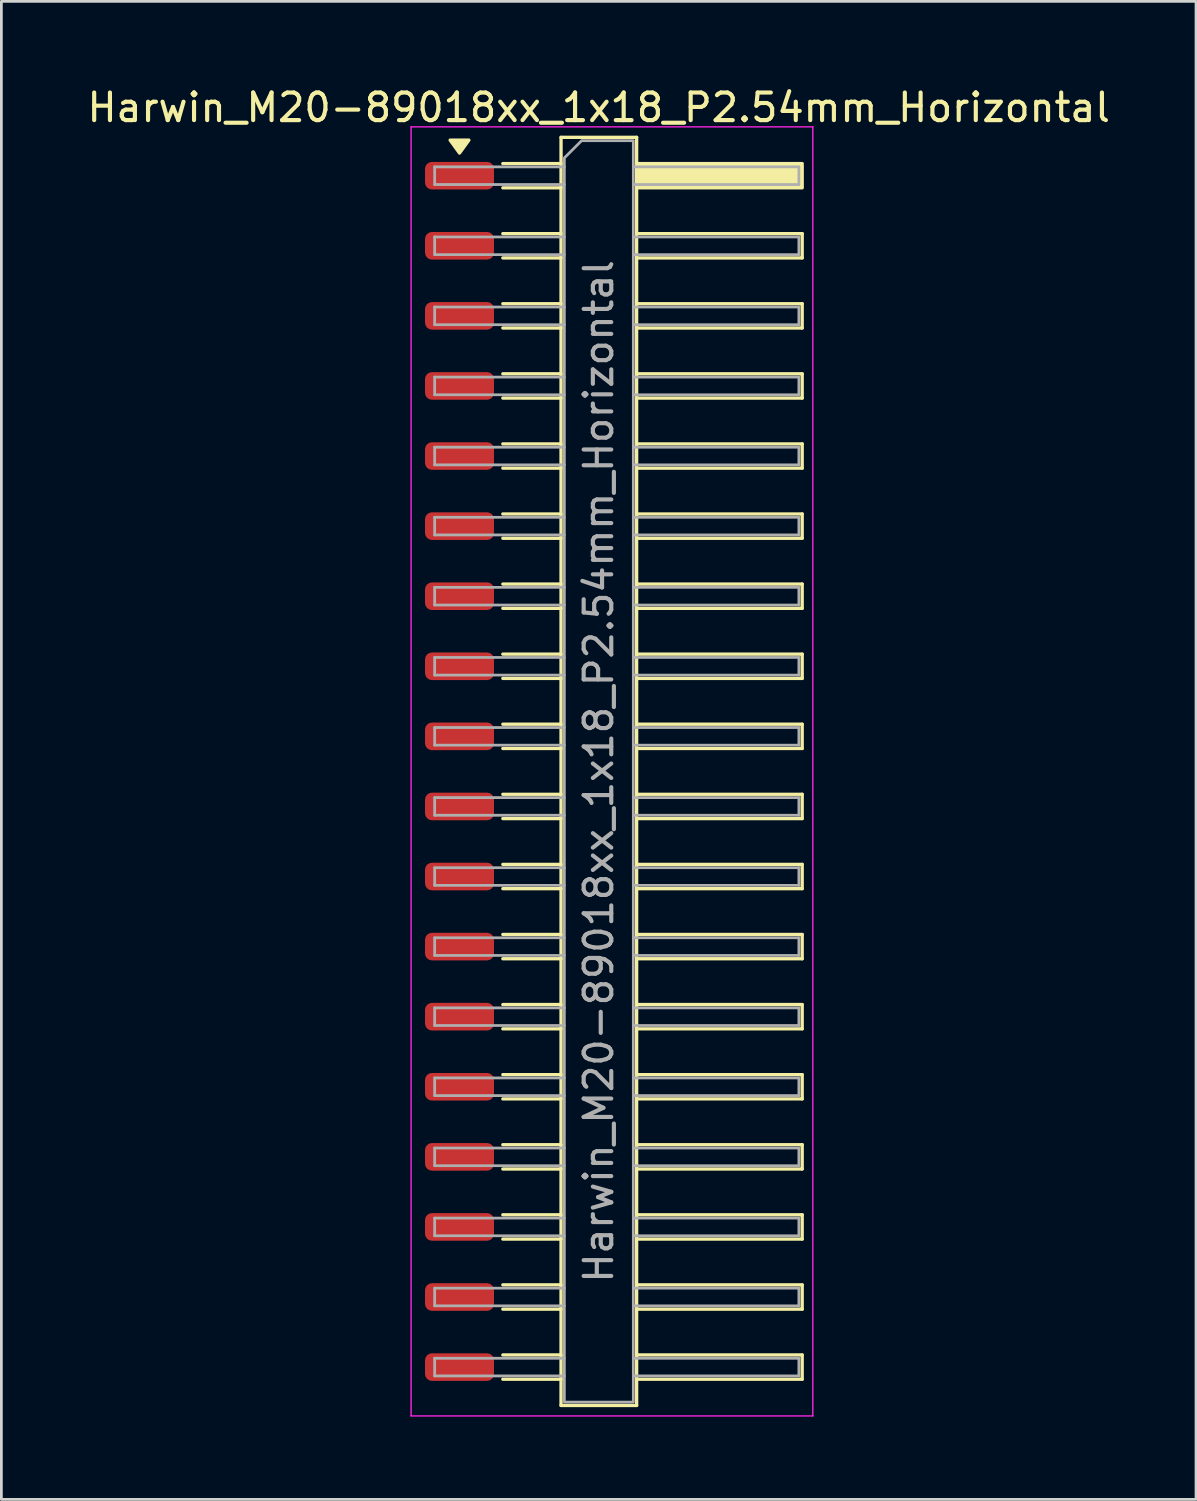
<source format=kicad_pcb>
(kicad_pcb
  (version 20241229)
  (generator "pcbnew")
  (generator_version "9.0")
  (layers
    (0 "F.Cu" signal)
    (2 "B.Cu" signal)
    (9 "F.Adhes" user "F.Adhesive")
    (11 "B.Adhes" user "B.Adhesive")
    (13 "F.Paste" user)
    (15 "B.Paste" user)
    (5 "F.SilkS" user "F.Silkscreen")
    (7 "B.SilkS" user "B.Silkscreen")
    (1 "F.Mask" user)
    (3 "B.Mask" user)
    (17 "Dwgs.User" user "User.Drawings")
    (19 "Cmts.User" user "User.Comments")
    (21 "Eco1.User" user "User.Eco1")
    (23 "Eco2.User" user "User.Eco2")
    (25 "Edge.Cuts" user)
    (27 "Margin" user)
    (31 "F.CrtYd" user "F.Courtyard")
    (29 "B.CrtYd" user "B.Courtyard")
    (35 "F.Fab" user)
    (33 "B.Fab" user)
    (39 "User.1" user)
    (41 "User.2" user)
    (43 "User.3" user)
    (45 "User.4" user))
  (footprint "Harwin_M20-89018xx_1x18_P2.54mm_Horizontal"
    (layer "F.Cu")
    (at 19.129 24.908)
    (property "Reference" "Harwin_M20-89018xx_1x18_P2.54mm_Horizontal" (at -0.48 -24.06 0) (layer "F.SilkS") (effects (font (size 1 1) (thickness 0.15))))
    (attr smd)
    (fp_line (start -3.955 -22.03) (end -1.845 -22.03) (stroke (width 0.12) (type solid)) (layer "F.SilkS"))
    (fp_line (start -3.955 -21.15) (end -1.845 -21.15) (stroke (width 0.12) (type solid)) (layer "F.SilkS"))
    (fp_line (start -3.955 -19.49) (end -1.845 -19.49) (stroke (width 0.12) (type solid)) (layer "F.SilkS"))
    (fp_line (start -3.955 -18.61) (end -1.845 -18.61) (stroke (width 0.12) (type solid)) (layer "F.SilkS"))
    (fp_line (start -3.955 -16.95) (end -1.845 -16.95) (stroke (width 0.12) (type solid)) (layer "F.SilkS"))
    (fp_line (start -3.955 -16.07) (end -1.845 -16.07) (stroke (width 0.12) (type solid)) (layer "F.SilkS"))
    (fp_line (start -3.955 -14.41) (end -1.845 -14.41) (stroke (width 0.12) (type solid)) (layer "F.SilkS"))
    (fp_line (start -3.955 -13.53) (end -1.845 -13.53) (stroke (width 0.12) (type solid)) (layer "F.SilkS"))
    (fp_line (start -3.955 -11.87) (end -1.845 -11.87) (stroke (width 0.12) (type solid)) (layer "F.SilkS"))
    (fp_line (start -3.955 -10.99) (end -1.845 -10.99) (stroke (width 0.12) (type solid)) (layer "F.SilkS"))
    (fp_line (start -3.955 -9.33) (end -1.845 -9.33) (stroke (width 0.12) (type solid)) (layer "F.SilkS"))
    (fp_line (start -3.955 -8.45) (end -1.845 -8.45) (stroke (width 0.12) (type solid)) (layer "F.SilkS"))
    (fp_line (start -3.955 -6.79) (end -1.845 -6.79) (stroke (width 0.12) (type solid)) (layer "F.SilkS"))
    (fp_line (start -3.955 -5.91) (end -1.845 -5.91) (stroke (width 0.12) (type solid)) (layer "F.SilkS"))
    (fp_line (start -3.955 -4.25) (end -1.845 -4.25) (stroke (width 0.12) (type solid)) (layer "F.SilkS"))
    (fp_line (start -3.955 -3.37) (end -1.845 -3.37) (stroke (width 0.12) (type solid)) (layer "F.SilkS"))
    (fp_line (start -3.955 -1.71) (end -1.845 -1.71) (stroke (width 0.12) (type solid)) (layer "F.SilkS"))
    (fp_line (start -3.955 -0.83) (end -1.845 -0.83) (stroke (width 0.12) (type solid)) (layer "F.SilkS"))
    (fp_line (start -3.955 0.83) (end -1.845 0.83) (stroke (width 0.12) (type solid)) (layer "F.SilkS"))
    (fp_line (start -3.955 1.71) (end -1.845 1.71) (stroke (width 0.12) (type solid)) (layer "F.SilkS"))
    (fp_line (start -3.955 3.37) (end -1.845 3.37) (stroke (width 0.12) (type solid)) (layer "F.SilkS"))
    (fp_line (start -3.955 4.25) (end -1.845 4.25) (stroke (width 0.12) (type solid)) (layer "F.SilkS"))
    (fp_line (start -3.955 5.91) (end -1.845 5.91) (stroke (width 0.12) (type solid)) (layer "F.SilkS"))
    (fp_line (start -3.955 6.79) (end -1.845 6.79) (stroke (width 0.12) (type solid)) (layer "F.SilkS"))
    (fp_line (start -3.955 8.45) (end -1.845 8.45) (stroke (width 0.12) (type solid)) (layer "F.SilkS"))
    (fp_line (start -3.955 9.33) (end -1.845 9.33) (stroke (width 0.12) (type solid)) (layer "F.SilkS"))
    (fp_line (start -3.955 10.99) (end -1.845 10.99) (stroke (width 0.12) (type solid)) (layer "F.SilkS"))
    (fp_line (start -3.955 11.87) (end -1.845 11.87) (stroke (width 0.12) (type solid)) (layer "F.SilkS"))
    (fp_line (start -3.955 13.53) (end -1.845 13.53) (stroke (width 0.12) (type solid)) (layer "F.SilkS"))
    (fp_line (start -3.955 14.41) (end -1.845 14.41) (stroke (width 0.12) (type solid)) (layer "F.SilkS"))
    (fp_line (start -3.955 16.07) (end -1.845 16.07) (stroke (width 0.12) (type solid)) (layer "F.SilkS"))
    (fp_line (start -3.955 16.95) (end -1.845 16.95) (stroke (width 0.12) (type solid)) (layer "F.SilkS"))
    (fp_line (start -3.955 18.61) (end -1.845 18.61) (stroke (width 0.12) (type solid)) (layer "F.SilkS"))
    (fp_line (start -3.955 19.49) (end -1.845 19.49) (stroke (width 0.12) (type solid)) (layer "F.SilkS"))
    (fp_line (start -3.955 21.15) (end -1.845 21.15) (stroke (width 0.12) (type solid)) (layer "F.SilkS"))
    (fp_line (start -3.955 22.03) (end -1.845 22.03) (stroke (width 0.12) (type solid)) (layer "F.SilkS"))
    (fp_line (start -1.845 -22.98) (end 0.895 -22.98) (stroke (width 0.12) (type solid)) (layer "F.SilkS"))
    (fp_line (start -1.845 22.98) (end -1.845 -22.98) (stroke (width 0.12) (type solid)) (layer "F.SilkS"))
    (fp_line (start 0.895 -22.98) (end 0.895 22.98) (stroke (width 0.12) (type solid)) (layer "F.SilkS"))
    (fp_line (start 0.895 -19.49) (end 6.895 -19.49) (stroke (width 0.12) (type solid)) (layer "F.SilkS"))
    (fp_line (start 0.895 -16.95) (end 6.895 -16.95) (stroke (width 0.12) (type solid)) (layer "F.SilkS"))
    (fp_line (start 0.895 -14.41) (end 6.895 -14.41) (stroke (width 0.12) (type solid)) (layer "F.SilkS"))
    (fp_line (start 0.895 -11.87) (end 6.895 -11.87) (stroke (width 0.12) (type solid)) (layer "F.SilkS"))
    (fp_line (start 0.895 -9.33) (end 6.895 -9.33) (stroke (width 0.12) (type solid)) (layer "F.SilkS"))
    (fp_line (start 0.895 -6.79) (end 6.895 -6.79) (stroke (width 0.12) (type solid)) (layer "F.SilkS"))
    (fp_line (start 0.895 -4.25) (end 6.895 -4.25) (stroke (width 0.12) (type solid)) (layer "F.SilkS"))
    (fp_line (start 0.895 -1.71) (end 6.895 -1.71) (stroke (width 0.12) (type solid)) (layer "F.SilkS"))
    (fp_line (start 0.895 0.83) (end 6.895 0.83) (stroke (width 0.12) (type solid)) (layer "F.SilkS"))
    (fp_line (start 0.895 3.37) (end 6.895 3.37) (stroke (width 0.12) (type solid)) (layer "F.SilkS"))
    (fp_line (start 0.895 5.91) (end 6.895 5.91) (stroke (width 0.12) (type solid)) (layer "F.SilkS"))
    (fp_line (start 0.895 8.45) (end 6.895 8.45) (stroke (width 0.12) (type solid)) (layer "F.SilkS"))
    (fp_line (start 0.895 10.99) (end 6.895 10.99) (stroke (width 0.12) (type solid)) (layer "F.SilkS"))
    (fp_line (start 0.895 13.53) (end 6.895 13.53) (stroke (width 0.12) (type solid)) (layer "F.SilkS"))
    (fp_line (start 0.895 16.07) (end 6.895 16.07) (stroke (width 0.12) (type solid)) (layer "F.SilkS"))
    (fp_line (start 0.895 18.61) (end 6.895 18.61) (stroke (width 0.12) (type solid)) (layer "F.SilkS"))
    (fp_line (start 0.895 21.15) (end 6.895 21.15) (stroke (width 0.12) (type solid)) (layer "F.SilkS"))
    (fp_line (start 0.895 22.98) (end -1.845 22.98) (stroke (width 0.12) (type solid)) (layer "F.SilkS"))
    (fp_line (start 6.895 -19.49) (end 6.895 -18.61) (stroke (width 0.12) (type solid)) (layer "F.SilkS"))
    (fp_line (start 6.895 -18.61) (end 0.895 -18.61) (stroke (width 0.12) (type solid)) (layer "F.SilkS"))
    (fp_line (start 6.895 -16.95) (end 6.895 -16.07) (stroke (width 0.12) (type solid)) (layer "F.SilkS"))
    (fp_line (start 6.895 -16.07) (end 0.895 -16.07) (stroke (width 0.12) (type solid)) (layer "F.SilkS"))
    (fp_line (start 6.895 -14.41) (end 6.895 -13.53) (stroke (width 0.12) (type solid)) (layer "F.SilkS"))
    (fp_line (start 6.895 -13.53) (end 0.895 -13.53) (stroke (width 0.12) (type solid)) (layer "F.SilkS"))
    (fp_line (start 6.895 -11.87) (end 6.895 -10.99) (stroke (width 0.12) (type solid)) (layer "F.SilkS"))
    (fp_line (start 6.895 -10.99) (end 0.895 -10.99) (stroke (width 0.12) (type solid)) (layer "F.SilkS"))
    (fp_line (start 6.895 -9.33) (end 6.895 -8.45) (stroke (width 0.12) (type solid)) (layer "F.SilkS"))
    (fp_line (start 6.895 -8.45) (end 0.895 -8.45) (stroke (width 0.12) (type solid)) (layer "F.SilkS"))
    (fp_line (start 6.895 -6.79) (end 6.895 -5.91) (stroke (width 0.12) (type solid)) (layer "F.SilkS"))
    (fp_line (start 6.895 -5.91) (end 0.895 -5.91) (stroke (width 0.12) (type solid)) (layer "F.SilkS"))
    (fp_line (start 6.895 -4.25) (end 6.895 -3.37) (stroke (width 0.12) (type solid)) (layer "F.SilkS"))
    (fp_line (start 6.895 -3.37) (end 0.895 -3.37) (stroke (width 0.12) (type solid)) (layer "F.SilkS"))
    (fp_line (start 6.895 -1.71) (end 6.895 -0.83) (stroke (width 0.12) (type solid)) (layer "F.SilkS"))
    (fp_line (start 6.895 -0.83) (end 0.895 -0.83) (stroke (width 0.12) (type solid)) (layer "F.SilkS"))
    (fp_line (start 6.895 0.83) (end 6.895 1.71) (stroke (width 0.12) (type solid)) (layer "F.SilkS"))
    (fp_line (start 6.895 1.71) (end 0.895 1.71) (stroke (width 0.12) (type solid)) (layer "F.SilkS"))
    (fp_line (start 6.895 3.37) (end 6.895 4.25) (stroke (width 0.12) (type solid)) (layer "F.SilkS"))
    (fp_line (start 6.895 4.25) (end 0.895 4.25) (stroke (width 0.12) (type solid)) (layer "F.SilkS"))
    (fp_line (start 6.895 5.91) (end 6.895 6.79) (stroke (width 0.12) (type solid)) (layer "F.SilkS"))
    (fp_line (start 6.895 6.79) (end 0.895 6.79) (stroke (width 0.12) (type solid)) (layer "F.SilkS"))
    (fp_line (start 6.895 8.45) (end 6.895 9.33) (stroke (width 0.12) (type solid)) (layer "F.SilkS"))
    (fp_line (start 6.895 9.33) (end 0.895 9.33) (stroke (width 0.12) (type solid)) (layer "F.SilkS"))
    (fp_line (start 6.895 10.99) (end 6.895 11.87) (stroke (width 0.12) (type solid)) (layer "F.SilkS"))
    (fp_line (start 6.895 11.87) (end 0.895 11.87) (stroke (width 0.12) (type solid)) (layer "F.SilkS"))
    (fp_line (start 6.895 13.53) (end 6.895 14.41) (stroke (width 0.12) (type solid)) (layer "F.SilkS"))
    (fp_line (start 6.895 14.41) (end 0.895 14.41) (stroke (width 0.12) (type solid)) (layer "F.SilkS"))
    (fp_line (start 6.895 16.07) (end 6.895 16.95) (stroke (width 0.12) (type solid)) (layer "F.SilkS"))
    (fp_line (start 6.895 16.95) (end 0.895 16.95) (stroke (width 0.12) (type solid)) (layer "F.SilkS"))
    (fp_line (start 6.895 18.61) (end 6.895 19.49) (stroke (width 0.12) (type solid)) (layer "F.SilkS"))
    (fp_line (start 6.895 19.49) (end 0.895 19.49) (stroke (width 0.12) (type solid)) (layer "F.SilkS"))
    (fp_line (start 6.895 21.15) (end 6.895 22.03) (stroke (width 0.12) (type solid)) (layer "F.SilkS"))
    (fp_line (start 6.895 22.03) (end 0.895 22.03) (stroke (width 0.12) (type solid)) (layer "F.SilkS"))
    (fp_rect (start 0.895 -22.03) (end 6.895 -21.15) (stroke (width 0.12) (type solid)) (fill yes) (layer "F.SilkS"))
    (fp_poly (pts (xy -5.525 -22.41) (xy -5.865 -22.88) (xy -5.185 -22.88)) (stroke (width 0.12) (type solid)) (fill yes) (layer "F.SilkS"))
    (fp_line (start -7.28 -23.36) (end 7.28 -23.36) (stroke (width 0.05) (type solid)) (layer "F.CrtYd"))
    (fp_line (start -7.28 23.36) (end -7.28 -23.36) (stroke (width 0.05) (type solid)) (layer "F.CrtYd"))
    (fp_line (start 7.28 -23.36) (end 7.28 23.36) (stroke (width 0.05) (type solid)) (layer "F.CrtYd"))
    (fp_line (start 7.28 23.36) (end -7.28 23.36) (stroke (width 0.05) (type solid)) (layer "F.CrtYd"))
    (fp_line (start -6.425 -21.91) (end -6.425 -21.27) (stroke (width 0.1) (type solid)) (layer "F.Fab"))
    (fp_line (start -6.425 -21.27) (end -1.725 -21.27) (stroke (width 0.1) (type solid)) (layer "F.Fab"))
    (fp_line (start -6.425 -19.37) (end -6.425 -18.73) (stroke (width 0.1) (type solid)) (layer "F.Fab"))
    (fp_line (start -6.425 -18.73) (end -1.725 -18.73) (stroke (width 0.1) (type solid)) (layer "F.Fab"))
    (fp_line (start -6.425 -16.83) (end -6.425 -16.19) (stroke (width 0.1) (type solid)) (layer "F.Fab"))
    (fp_line (start -6.425 -16.19) (end -1.725 -16.19) (stroke (width 0.1) (type solid)) (layer "F.Fab"))
    (fp_line (start -6.425 -14.29) (end -6.425 -13.65) (stroke (width 0.1) (type solid)) (layer "F.Fab"))
    (fp_line (start -6.425 -13.65) (end -1.725 -13.65) (stroke (width 0.1) (type solid)) (layer "F.Fab"))
    (fp_line (start -6.425 -11.75) (end -6.425 -11.11) (stroke (width 0.1) (type solid)) (layer "F.Fab"))
    (fp_line (start -6.425 -11.11) (end -1.725 -11.11) (stroke (width 0.1) (type solid)) (layer "F.Fab"))
    (fp_line (start -6.425 -9.21) (end -6.425 -8.57) (stroke (width 0.1) (type solid)) (layer "F.Fab"))
    (fp_line (start -6.425 -8.57) (end -1.725 -8.57) (stroke (width 0.1) (type solid)) (layer "F.Fab"))
    (fp_line (start -6.425 -6.67) (end -6.425 -6.03) (stroke (width 0.1) (type solid)) (layer "F.Fab"))
    (fp_line (start -6.425 -6.03) (end -1.725 -6.03) (stroke (width 0.1) (type solid)) (layer "F.Fab"))
    (fp_line (start -6.425 -4.13) (end -6.425 -3.49) (stroke (width 0.1) (type solid)) (layer "F.Fab"))
    (fp_line (start -6.425 -3.49) (end -1.725 -3.49) (stroke (width 0.1) (type solid)) (layer "F.Fab"))
    (fp_line (start -6.425 -1.59) (end -6.425 -0.95) (stroke (width 0.1) (type solid)) (layer "F.Fab"))
    (fp_line (start -6.425 -0.95) (end -1.725 -0.95) (stroke (width 0.1) (type solid)) (layer "F.Fab"))
    (fp_line (start -6.425 0.95) (end -6.425 1.59) (stroke (width 0.1) (type solid)) (layer "F.Fab"))
    (fp_line (start -6.425 1.59) (end -1.725 1.59) (stroke (width 0.1) (type solid)) (layer "F.Fab"))
    (fp_line (start -6.425 3.49) (end -6.425 4.13) (stroke (width 0.1) (type solid)) (layer "F.Fab"))
    (fp_line (start -6.425 4.13) (end -1.725 4.13) (stroke (width 0.1) (type solid)) (layer "F.Fab"))
    (fp_line (start -6.425 6.03) (end -6.425 6.67) (stroke (width 0.1) (type solid)) (layer "F.Fab"))
    (fp_line (start -6.425 6.67) (end -1.725 6.67) (stroke (width 0.1) (type solid)) (layer "F.Fab"))
    (fp_line (start -6.425 8.57) (end -6.425 9.21) (stroke (width 0.1) (type solid)) (layer "F.Fab"))
    (fp_line (start -6.425 9.21) (end -1.725 9.21) (stroke (width 0.1) (type solid)) (layer "F.Fab"))
    (fp_line (start -6.425 11.11) (end -6.425 11.75) (stroke (width 0.1) (type solid)) (layer "F.Fab"))
    (fp_line (start -6.425 11.75) (end -1.725 11.75) (stroke (width 0.1) (type solid)) (layer "F.Fab"))
    (fp_line (start -6.425 13.65) (end -6.425 14.29) (stroke (width 0.1) (type solid)) (layer "F.Fab"))
    (fp_line (start -6.425 14.29) (end -1.725 14.29) (stroke (width 0.1) (type solid)) (layer "F.Fab"))
    (fp_line (start -6.425 16.19) (end -6.425 16.83) (stroke (width 0.1) (type solid)) (layer "F.Fab"))
    (fp_line (start -6.425 16.83) (end -1.725 16.83) (stroke (width 0.1) (type solid)) (layer "F.Fab"))
    (fp_line (start -6.425 18.73) (end -6.425 19.37) (stroke (width 0.1) (type solid)) (layer "F.Fab"))
    (fp_line (start -6.425 19.37) (end -1.725 19.37) (stroke (width 0.1) (type solid)) (layer "F.Fab"))
    (fp_line (start -6.425 21.27) (end -6.425 21.91) (stroke (width 0.1) (type solid)) (layer "F.Fab"))
    (fp_line (start -6.425 21.91) (end -1.725 21.91) (stroke (width 0.1) (type solid)) (layer "F.Fab"))
    (fp_line (start -1.725 -21.91) (end -6.425 -21.91) (stroke (width 0.1) (type solid)) (layer "F.Fab"))
    (fp_line (start -1.725 -19.37) (end -6.425 -19.37) (stroke (width 0.1) (type solid)) (layer "F.Fab"))
    (fp_line (start -1.725 -16.83) (end -6.425 -16.83) (stroke (width 0.1) (type solid)) (layer "F.Fab"))
    (fp_line (start -1.725 -14.29) (end -6.425 -14.29) (stroke (width 0.1) (type solid)) (layer "F.Fab"))
    (fp_line (start -1.725 -11.75) (end -6.425 -11.75) (stroke (width 0.1) (type solid)) (layer "F.Fab"))
    (fp_line (start -1.725 -9.21) (end -6.425 -9.21) (stroke (width 0.1) (type solid)) (layer "F.Fab"))
    (fp_line (start -1.725 -6.67) (end -6.425 -6.67) (stroke (width 0.1) (type solid)) (layer "F.Fab"))
    (fp_line (start -1.725 -4.13) (end -6.425 -4.13) (stroke (width 0.1) (type solid)) (layer "F.Fab"))
    (fp_line (start -1.725 -1.59) (end -6.425 -1.59) (stroke (width 0.1) (type solid)) (layer "F.Fab"))
    (fp_line (start -1.725 0.95) (end -6.425 0.95) (stroke (width 0.1) (type solid)) (layer "F.Fab"))
    (fp_line (start -1.725 3.49) (end -6.425 3.49) (stroke (width 0.1) (type solid)) (layer "F.Fab"))
    (fp_line (start -1.725 6.03) (end -6.425 6.03) (stroke (width 0.1) (type solid)) (layer "F.Fab"))
    (fp_line (start -1.725 8.57) (end -6.425 8.57) (stroke (width 0.1) (type solid)) (layer "F.Fab"))
    (fp_line (start -1.725 11.11) (end -6.425 11.11) (stroke (width 0.1) (type solid)) (layer "F.Fab"))
    (fp_line (start -1.725 13.65) (end -6.425 13.65) (stroke (width 0.1) (type solid)) (layer "F.Fab"))
    (fp_line (start -1.725 16.19) (end -6.425 16.19) (stroke (width 0.1) (type solid)) (layer "F.Fab"))
    (fp_line (start -1.725 18.73) (end -6.425 18.73) (stroke (width 0.1) (type solid)) (layer "F.Fab"))
    (fp_line (start -1.725 21.27) (end -6.425 21.27) (stroke (width 0.1) (type solid)) (layer "F.Fab"))
    (fp_line (start 0.775 -21.91) (end 6.775 -21.91) (stroke (width 0.1) (type solid)) (layer "F.Fab"))
    (fp_line (start 0.775 -19.37) (end 6.775 -19.37) (stroke (width 0.1) (type solid)) (layer "F.Fab"))
    (fp_line (start 0.775 -16.83) (end 6.775 -16.83) (stroke (width 0.1) (type solid)) (layer "F.Fab"))
    (fp_line (start 0.775 -14.29) (end 6.775 -14.29) (stroke (width 0.1) (type solid)) (layer "F.Fab"))
    (fp_line (start 0.775 -11.75) (end 6.775 -11.75) (stroke (width 0.1) (type solid)) (layer "F.Fab"))
    (fp_line (start 0.775 -9.21) (end 6.775 -9.21) (stroke (width 0.1) (type solid)) (layer "F.Fab"))
    (fp_line (start 0.775 -6.67) (end 6.775 -6.67) (stroke (width 0.1) (type solid)) (layer "F.Fab"))
    (fp_line (start 0.775 -4.13) (end 6.775 -4.13) (stroke (width 0.1) (type solid)) (layer "F.Fab"))
    (fp_line (start 0.775 -1.59) (end 6.775 -1.59) (stroke (width 0.1) (type solid)) (layer "F.Fab"))
    (fp_line (start 0.775 0.95) (end 6.775 0.95) (stroke (width 0.1) (type solid)) (layer "F.Fab"))
    (fp_line (start 0.775 3.49) (end 6.775 3.49) (stroke (width 0.1) (type solid)) (layer "F.Fab"))
    (fp_line (start 0.775 6.03) (end 6.775 6.03) (stroke (width 0.1) (type solid)) (layer "F.Fab"))
    (fp_line (start 0.775 8.57) (end 6.775 8.57) (stroke (width 0.1) (type solid)) (layer "F.Fab"))
    (fp_line (start 0.775 11.11) (end 6.775 11.11) (stroke (width 0.1) (type solid)) (layer "F.Fab"))
    (fp_line (start 0.775 13.65) (end 6.775 13.65) (stroke (width 0.1) (type solid)) (layer "F.Fab"))
    (fp_line (start 0.775 16.19) (end 6.775 16.19) (stroke (width 0.1) (type solid)) (layer "F.Fab"))
    (fp_line (start 0.775 18.73) (end 6.775 18.73) (stroke (width 0.1) (type solid)) (layer "F.Fab"))
    (fp_line (start 0.775 21.27) (end 6.775 21.27) (stroke (width 0.1) (type solid)) (layer "F.Fab"))
    (fp_line (start 6.775 -21.91) (end 6.775 -21.27) (stroke (width 0.1) (type solid)) (layer "F.Fab"))
    (fp_line (start 6.775 -21.27) (end 0.775 -21.27) (stroke (width 0.1) (type solid)) (layer "F.Fab"))
    (fp_line (start 6.775 -19.37) (end 6.775 -18.73) (stroke (width 0.1) (type solid)) (layer "F.Fab"))
    (fp_line (start 6.775 -18.73) (end 0.775 -18.73) (stroke (width 0.1) (type solid)) (layer "F.Fab"))
    (fp_line (start 6.775 -16.83) (end 6.775 -16.19) (stroke (width 0.1) (type solid)) (layer "F.Fab"))
    (fp_line (start 6.775 -16.19) (end 0.775 -16.19) (stroke (width 0.1) (type solid)) (layer "F.Fab"))
    (fp_line (start 6.775 -14.29) (end 6.775 -13.65) (stroke (width 0.1) (type solid)) (layer "F.Fab"))
    (fp_line (start 6.775 -13.65) (end 0.775 -13.65) (stroke (width 0.1) (type solid)) (layer "F.Fab"))
    (fp_line (start 6.775 -11.75) (end 6.775 -11.11) (stroke (width 0.1) (type solid)) (layer "F.Fab"))
    (fp_line (start 6.775 -11.11) (end 0.775 -11.11) (stroke (width 0.1) (type solid)) (layer "F.Fab"))
    (fp_line (start 6.775 -9.21) (end 6.775 -8.57) (stroke (width 0.1) (type solid)) (layer "F.Fab"))
    (fp_line (start 6.775 -8.57) (end 0.775 -8.57) (stroke (width 0.1) (type solid)) (layer "F.Fab"))
    (fp_line (start 6.775 -6.67) (end 6.775 -6.03) (stroke (width 0.1) (type solid)) (layer "F.Fab"))
    (fp_line (start 6.775 -6.03) (end 0.775 -6.03) (stroke (width 0.1) (type solid)) (layer "F.Fab"))
    (fp_line (start 6.775 -4.13) (end 6.775 -3.49) (stroke (width 0.1) (type solid)) (layer "F.Fab"))
    (fp_line (start 6.775 -3.49) (end 0.775 -3.49) (stroke (width 0.1) (type solid)) (layer "F.Fab"))
    (fp_line (start 6.775 -1.59) (end 6.775 -0.95) (stroke (width 0.1) (type solid)) (layer "F.Fab"))
    (fp_line (start 6.775 -0.95) (end 0.775 -0.95) (stroke (width 0.1) (type solid)) (layer "F.Fab"))
    (fp_line (start 6.775 0.95) (end 6.775 1.59) (stroke (width 0.1) (type solid)) (layer "F.Fab"))
    (fp_line (start 6.775 1.59) (end 0.775 1.59) (stroke (width 0.1) (type solid)) (layer "F.Fab"))
    (fp_line (start 6.775 3.49) (end 6.775 4.13) (stroke (width 0.1) (type solid)) (layer "F.Fab"))
    (fp_line (start 6.775 4.13) (end 0.775 4.13) (stroke (width 0.1) (type solid)) (layer "F.Fab"))
    (fp_line (start 6.775 6.03) (end 6.775 6.67) (stroke (width 0.1) (type solid)) (layer "F.Fab"))
    (fp_line (start 6.775 6.67) (end 0.775 6.67) (stroke (width 0.1) (type solid)) (layer "F.Fab"))
    (fp_line (start 6.775 8.57) (end 6.775 9.21) (stroke (width 0.1) (type solid)) (layer "F.Fab"))
    (fp_line (start 6.775 9.21) (end 0.775 9.21) (stroke (width 0.1) (type solid)) (layer "F.Fab"))
    (fp_line (start 6.775 11.11) (end 6.775 11.75) (stroke (width 0.1) (type solid)) (layer "F.Fab"))
    (fp_line (start 6.775 11.75) (end 0.775 11.75) (stroke (width 0.1) (type solid)) (layer "F.Fab"))
    (fp_line (start 6.775 13.65) (end 6.775 14.29) (stroke (width 0.1) (type solid)) (layer "F.Fab"))
    (fp_line (start 6.775 14.29) (end 0.775 14.29) (stroke (width 0.1) (type solid)) (layer "F.Fab"))
    (fp_line (start 6.775 16.19) (end 6.775 16.83) (stroke (width 0.1) (type solid)) (layer "F.Fab"))
    (fp_line (start 6.775 16.83) (end 0.775 16.83) (stroke (width 0.1) (type solid)) (layer "F.Fab"))
    (fp_line (start 6.775 18.73) (end 6.775 19.37) (stroke (width 0.1) (type solid)) (layer "F.Fab"))
    (fp_line (start 6.775 19.37) (end 0.775 19.37) (stroke (width 0.1) (type solid)) (layer "F.Fab"))
    (fp_line (start 6.775 21.27) (end 6.775 21.91) (stroke (width 0.1) (type solid)) (layer "F.Fab"))
    (fp_line (start 6.775 21.91) (end 0.775 21.91) (stroke (width 0.1) (type solid)) (layer "F.Fab"))
    (fp_poly (pts (xy -1.725 -22.235) (xy -1.725 22.86) (xy 0.775 22.86) (xy 0.775 -22.86) (xy -1.1 -22.86)) (stroke (width 0.1) (type solid)) (fill no) (layer "F.Fab"))
    (fp_text user "${REFERENCE}" (at -0.48 0 90) (layer "F.Fab") (effects (font (size 1 1) (thickness 0.15))))
    (pad "1" smd roundrect (at -5.525 -21.59) (size 2.5 1) (layers "F.Cu" "F.Mask" "F.Paste") (roundrect_rratio 0.25))
    (pad "2" smd roundrect (at -5.525 -19.05) (size 2.5 1) (layers "F.Cu" "F.Mask" "F.Paste") (roundrect_rratio 0.25))
    (pad "3" smd roundrect (at -5.525 -16.51) (size 2.5 1) (layers "F.Cu" "F.Mask" "F.Paste") (roundrect_rratio 0.25))
    (pad "4" smd roundrect (at -5.525 -13.97) (size 2.5 1) (layers "F.Cu" "F.Mask" "F.Paste") (roundrect_rratio 0.25))
    (pad "5" smd roundrect (at -5.525 -11.43) (size 2.5 1) (layers "F.Cu" "F.Mask" "F.Paste") (roundrect_rratio 0.25))
    (pad "6" smd roundrect (at -5.525 -8.89) (size 2.5 1) (layers "F.Cu" "F.Mask" "F.Paste") (roundrect_rratio 0.25))
    (pad "7" smd roundrect (at -5.525 -6.35) (size 2.5 1) (layers "F.Cu" "F.Mask" "F.Paste") (roundrect_rratio 0.25))
    (pad "8" smd roundrect (at -5.525 -3.81) (size 2.5 1) (layers "F.Cu" "F.Mask" "F.Paste") (roundrect_rratio 0.25))
    (pad "9" smd roundrect (at -5.525 -1.27) (size 2.5 1) (layers "F.Cu" "F.Mask" "F.Paste") (roundrect_rratio 0.25))
    (pad "10" smd roundrect (at -5.525 1.27) (size 2.5 1) (layers "F.Cu" "F.Mask" "F.Paste") (roundrect_rratio 0.25))
    (pad "11" smd roundrect (at -5.525 3.81) (size 2.5 1) (layers "F.Cu" "F.Mask" "F.Paste") (roundrect_rratio 0.25))
    (pad "12" smd roundrect (at -5.525 6.35) (size 2.5 1) (layers "F.Cu" "F.Mask" "F.Paste") (roundrect_rratio 0.25))
    (pad "13" smd roundrect (at -5.525 8.89) (size 2.5 1) (layers "F.Cu" "F.Mask" "F.Paste") (roundrect_rratio 0.25))
    (pad "14" smd roundrect (at -5.525 11.43) (size 2.5 1) (layers "F.Cu" "F.Mask" "F.Paste") (roundrect_rratio 0.25))
    (pad "15" smd roundrect (at -5.525 13.97) (size 2.5 1) (layers "F.Cu" "F.Mask" "F.Paste") (roundrect_rratio 0.25))
    (pad "16" smd roundrect (at -5.525 16.51) (size 2.5 1) (layers "F.Cu" "F.Mask" "F.Paste") (roundrect_rratio 0.25))
    (pad "17" smd roundrect (at -5.525 19.05) (size 2.5 1) (layers "F.Cu" "F.Mask" "F.Paste") (roundrect_rratio 0.25))
    (pad "18" smd roundrect (at -5.525 21.59) (size 2.5 1) (layers "F.Cu" "F.Mask" "F.Paste") (roundrect_rratio 0.25)))
  (gr_rect
    (start -3 -3)
    (end 40.298 51.293)
    (stroke (width 0.1) (type default))
    (fill no)
    (layer "Edge.Cuts")))
</source>
